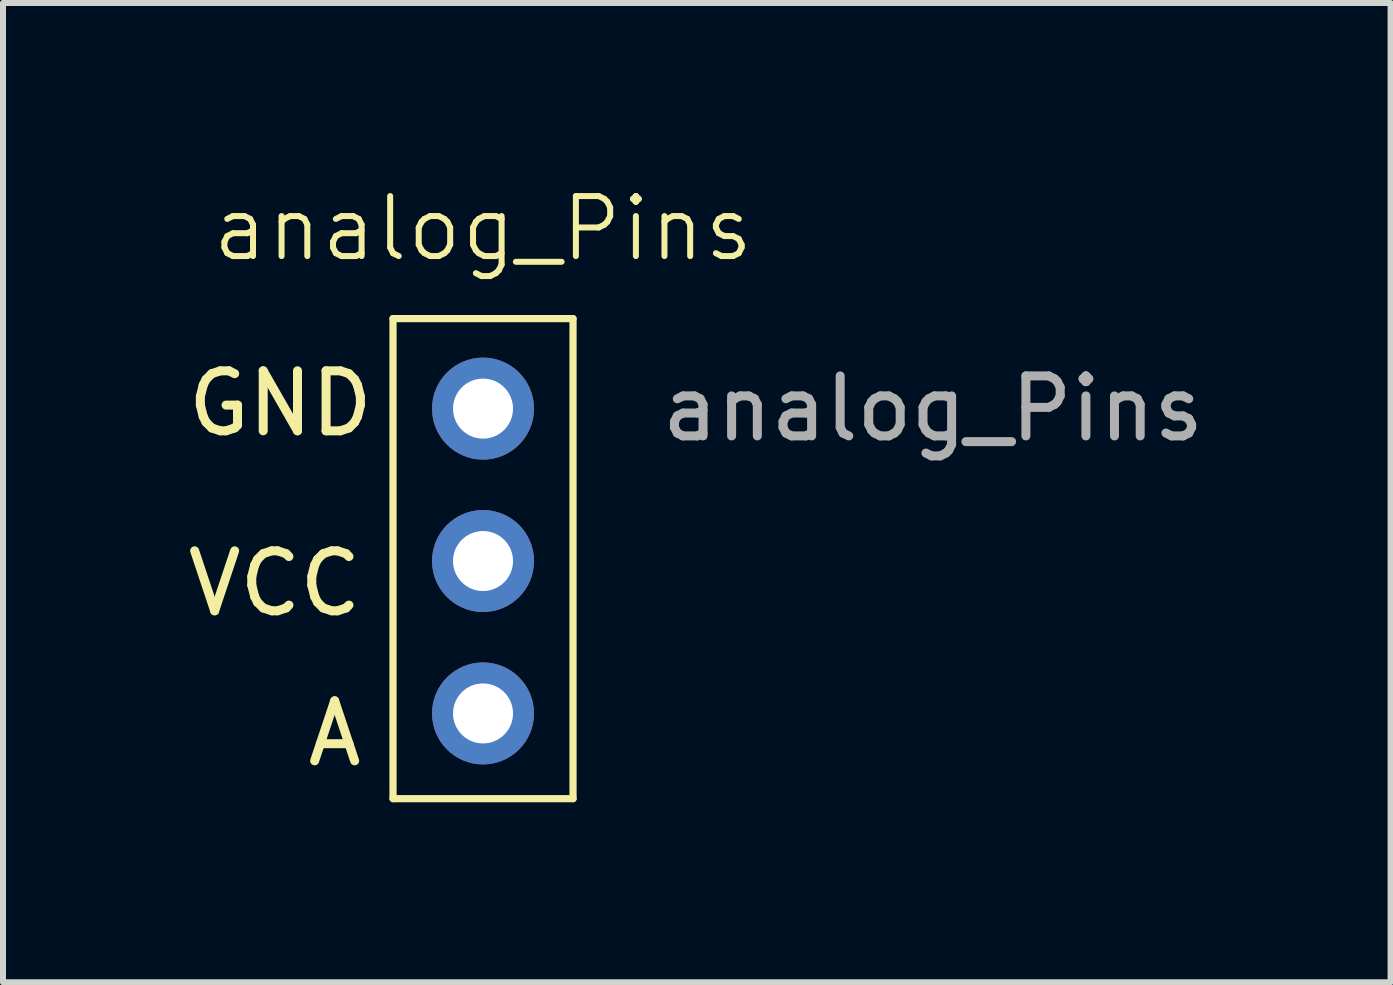
<source format=kicad_pcb>
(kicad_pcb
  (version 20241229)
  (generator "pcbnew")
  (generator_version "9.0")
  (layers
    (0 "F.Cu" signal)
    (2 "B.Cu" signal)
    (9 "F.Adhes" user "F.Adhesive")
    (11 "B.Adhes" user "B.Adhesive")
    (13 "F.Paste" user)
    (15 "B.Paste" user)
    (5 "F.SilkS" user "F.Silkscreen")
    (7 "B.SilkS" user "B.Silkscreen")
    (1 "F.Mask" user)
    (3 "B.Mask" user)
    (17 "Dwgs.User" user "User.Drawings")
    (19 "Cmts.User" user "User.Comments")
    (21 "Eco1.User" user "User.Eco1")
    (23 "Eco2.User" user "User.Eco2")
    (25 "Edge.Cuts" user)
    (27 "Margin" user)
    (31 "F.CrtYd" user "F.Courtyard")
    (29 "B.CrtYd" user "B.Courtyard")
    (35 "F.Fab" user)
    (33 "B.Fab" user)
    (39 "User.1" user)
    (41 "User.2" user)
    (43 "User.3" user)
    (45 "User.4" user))
  (footprint "analog_Pins"
    (layer "F.Cu")
    (at 5 3.76)
    (property "Reference" "analog_Pins" (at 0 -3 0) (unlocked yes) (layer "F.SilkS") (effects (font (size 1 1) (thickness 0.1))))
    (attr through_hole)
    (fp_line (start -1.5 -1.5) (end 1.5 -1.5) (stroke (width 0.12) (type default)) (layer "F.SilkS"))
    (fp_line (start -1.5 6.5) (end -1.5 -1.5) (stroke (width 0.12) (type default)) (layer "F.SilkS"))
    (fp_line (start 1.5 -1.5) (end 1.5 6.5) (stroke (width 0.12) (type default)) (layer "F.SilkS"))
    (fp_line (start 1.5 6.5) (end -1.5 6.5) (stroke (width 0.12) (type default)) (layer "F.SilkS"))
    (fp_text user "A" (at -3 6 0) (unlocked yes) (layer "F.SilkS") (effects (font (size 1 1) (thickness 0.15)) (justify left bottom)))
    (fp_text user "GND" (at -5 0.5 0) (unlocked yes) (layer "F.SilkS") (effects (font (size 1 1) (thickness 0.15)) (justify left bottom)))
    (fp_text user "VCC" (at -5 3.5 0) (unlocked yes) (layer "F.SilkS") (effects (font (size 1 1) (thickness 0.15)) (justify left bottom)))
    (fp_text user "${REFERENCE}" (at 7.5 0 0) (unlocked yes) (layer "F.Fab") (effects (font (size 1 1) (thickness 0.15))))
    (pad "1" thru_hole circle (at 0 0) (size 1.7 1.7) (drill 1) (layers "*.Cu" "*.Mask"))
    (pad "2" thru_hole circle (at 0 2.54) (size 1.7 1.7) (drill 1) (layers "*.Cu" "*.Mask"))
    (pad "3" thru_hole circle (at 0 5.08) (size 1.7 1.7) (drill 1) (layers "*.Cu" "*.Mask")))
  (gr_rect
    (start -3 -3)
    (end 20.125 13.32)
    (stroke (width 0.1) (type default))
    (fill no)
    (layer "Edge.Cuts")))
</source>
